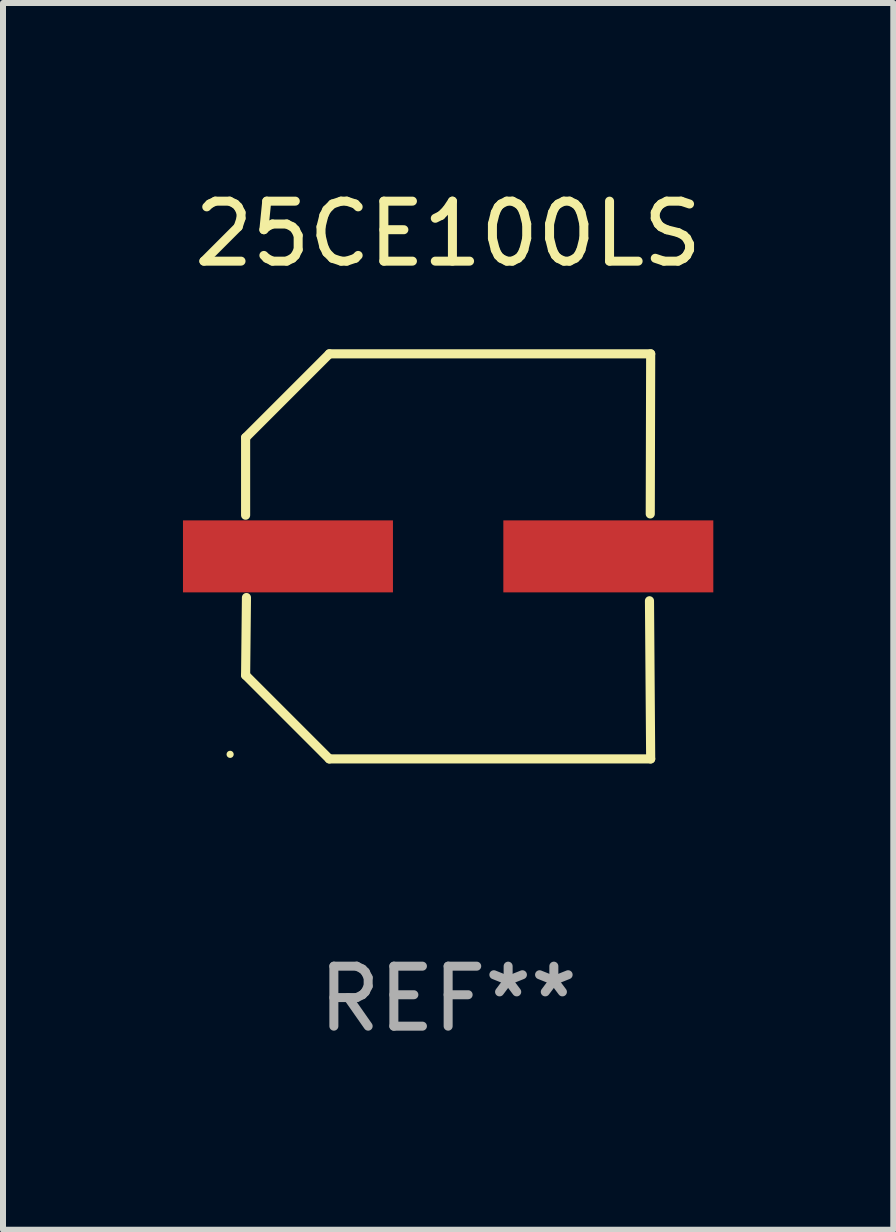
<source format=kicad_pcb>
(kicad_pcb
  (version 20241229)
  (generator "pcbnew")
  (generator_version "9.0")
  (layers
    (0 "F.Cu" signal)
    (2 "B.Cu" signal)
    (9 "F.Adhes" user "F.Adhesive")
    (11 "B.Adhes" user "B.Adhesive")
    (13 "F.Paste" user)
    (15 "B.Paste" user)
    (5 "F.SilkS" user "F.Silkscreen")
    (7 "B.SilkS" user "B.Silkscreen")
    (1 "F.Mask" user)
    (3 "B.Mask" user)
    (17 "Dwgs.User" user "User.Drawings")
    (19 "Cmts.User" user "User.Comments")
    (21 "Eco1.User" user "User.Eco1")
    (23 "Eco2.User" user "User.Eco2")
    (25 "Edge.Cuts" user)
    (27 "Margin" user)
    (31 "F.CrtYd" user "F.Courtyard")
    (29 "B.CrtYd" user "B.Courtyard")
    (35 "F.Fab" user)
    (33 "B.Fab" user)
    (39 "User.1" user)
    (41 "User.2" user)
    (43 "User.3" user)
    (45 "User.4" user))
  (footprint "25CE100LS"
    (layer "F.Cu")
    (at 4.42 6.224)
    (property "Reference" "25CE100LS" (at 0 -5.376 0) (layer "F.SilkS") (effects (font (size 1 1) (thickness 0.15))))
    (attr through_hole)
    (fp_line (start -3.376 -1.98) (end -3.376 -0.686) (stroke (width 0.152) (type solid)) (layer "F.SilkS"))
    (fp_line (start -3.376 1.981) (end -3.362 0.686) (stroke (width 0.152) (type solid)) (layer "F.SilkS"))
    (fp_line (start -1.981 3.376) (end -3.376 1.981) (stroke (width 0.152) (type solid)) (layer "F.SilkS"))
    (fp_line (start -1.98 -3.376) (end -3.376 -1.98) (stroke (width 0.152) (type solid)) (layer "F.SilkS"))
    (fp_line (start 3.356 0.74) (end 3.376 3.376) (stroke (width 0.152) (type solid)) (layer "F.SilkS"))
    (fp_line (start 3.369 -0.707) (end 3.376 -3.376) (stroke (width 0.152) (type solid)) (layer "F.SilkS"))
    (fp_line (start 3.376 3.376) (end -1.981 3.376) (stroke (width 0.152) (type solid)) (layer "F.SilkS"))
    (fp_line (start 3.376 -3.376) (end -1.98 -3.376) (stroke (width 0.152) (type solid)) (layer "F.SilkS"))
    (fp_circle (center -3.634 3.3) (end -3.604 3.3) (stroke (width 0.06) (type solid)) (fill no) (layer "F.SilkS"))
    (fp_text user "REF**" (at 0 7.376 0) (layer "F.Fab") (effects (font (size 1 1) (thickness 0.15))))
    (pad "1" smd rect (at -2.67 0.000127) (size 3.5 1.2) (layers "F.Cu" "F.Mask" "F.Paste"))
    (pad "2" smd rect (at 2.67 0.000127) (size 3.5 1.2) (layers "F.Cu" "F.Mask" "F.Paste")))
  (gr_rect
    (start -3 -3)
    (end 11.84 17.448)
    (stroke (width 0.1) (type default))
    (fill no)
    (layer "Edge.Cuts")))
</source>
